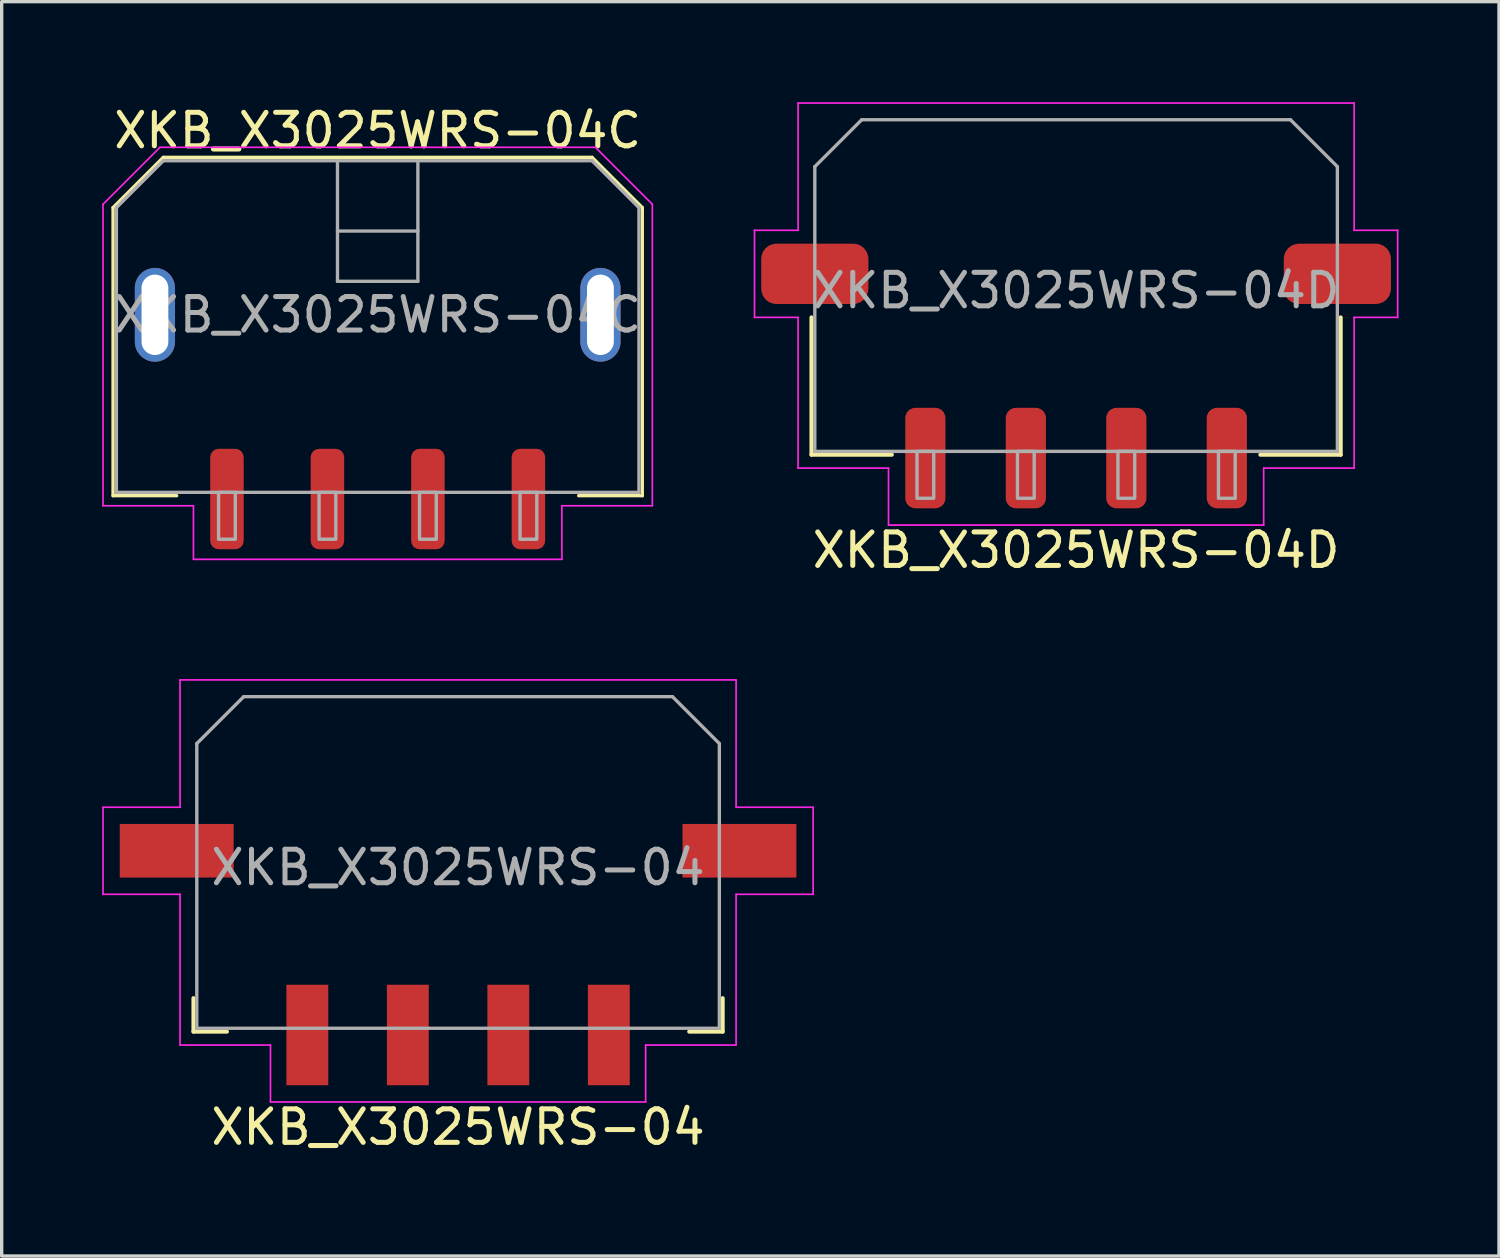
<source format=kicad_pcb>
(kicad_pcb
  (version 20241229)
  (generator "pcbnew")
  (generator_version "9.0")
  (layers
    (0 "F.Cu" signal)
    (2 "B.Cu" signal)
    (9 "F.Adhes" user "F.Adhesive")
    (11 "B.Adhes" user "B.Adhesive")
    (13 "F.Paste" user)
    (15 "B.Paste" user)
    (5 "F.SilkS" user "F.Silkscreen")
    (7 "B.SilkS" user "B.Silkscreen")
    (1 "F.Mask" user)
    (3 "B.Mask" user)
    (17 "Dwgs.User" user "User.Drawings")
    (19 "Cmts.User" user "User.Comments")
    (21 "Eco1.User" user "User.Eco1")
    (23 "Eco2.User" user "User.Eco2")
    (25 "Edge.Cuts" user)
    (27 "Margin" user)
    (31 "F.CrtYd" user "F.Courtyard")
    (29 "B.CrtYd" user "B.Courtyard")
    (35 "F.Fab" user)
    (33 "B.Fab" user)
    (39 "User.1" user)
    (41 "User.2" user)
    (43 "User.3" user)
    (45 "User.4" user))
  (footprint "XKB_X3025WRS-04C"
    (layer "F.Cu")
    (at 8.225 6.348)
    (property "Reference" "XKB_X3025WRS-04C" (at 0 -5.5 180) (layer "F.SilkS") (effects (font (size 1 1) (thickness 0.15))))
    (attr smd)
    (fp_line (start -7.9 -3.2) (end -6.4 -4.7) (stroke (width 0.1) (type default)) (layer "F.SilkS"))
    (fp_line (start -7.9 5.4) (end -7.9 -3.2) (stroke (width 0.1) (type default)) (layer "F.SilkS"))
    (fp_line (start -7.9 5.4) (end -6 5.4) (stroke (width 0.1) (type default)) (layer "F.SilkS"))
    (fp_line (start -6.4 -4.7) (end 6.4 -4.7) (stroke (width 0.1) (type default)) (layer "F.SilkS"))
    (fp_line (start 6.4 -4.7) (end 7.9 -3.2) (stroke (width 0.1) (type default)) (layer "F.SilkS"))
    (fp_line (start 7.9 -3.2) (end 7.9 5.4) (stroke (width 0.1) (type default)) (layer "F.SilkS"))
    (fp_line (start 7.9 5.4) (end 6 5.4) (stroke (width 0.1) (type default)) (layer "F.SilkS"))
    (fp_line (start -8.2 -3.3) (end -6.5 -5) (stroke (width 0.05) (type default)) (layer "F.CrtYd"))
    (fp_line (start -8.2 5.7) (end -8.2 -3.3) (stroke (width 0.05) (type default)) (layer "F.CrtYd"))
    (fp_line (start -6.5 -5) (end 6.5 -5) (stroke (width 0.05) (type default)) (layer "F.CrtYd"))
    (fp_line (start -5.5 5.7) (end -8.2 5.7) (stroke (width 0.05) (type default)) (layer "F.CrtYd"))
    (fp_line (start -5.5 7.3) (end -5.5 5.7) (stroke (width 0.05) (type default)) (layer "F.CrtYd"))
    (fp_line (start 5.5 5.7) (end 5.5 7.3) (stroke (width 0.05) (type default)) (layer "F.CrtYd"))
    (fp_line (start 5.5 7.3) (end -5.5 7.3) (stroke (width 0.05) (type default)) (layer "F.CrtYd"))
    (fp_line (start 6.5 -5) (end 8.2 -3.3) (stroke (width 0.05) (type default)) (layer "F.CrtYd"))
    (fp_line (start 8.2 -3.3) (end 8.2 5.7) (stroke (width 0.05) (type default)) (layer "F.CrtYd"))
    (fp_line (start 8.2 5.7) (end 5.5 5.7) (stroke (width 0.05) (type default)) (layer "F.CrtYd"))
    (fp_line (start -7.8 -3.2) (end -7.8 5.3) (stroke (width 0.1) (type default)) (layer "F.Fab"))
    (fp_line (start -6.4 -4.6) (end -7.8 -3.2) (stroke (width 0.1) (type default)) (layer "F.Fab"))
    (fp_line (start -1.2 -4.6) (end -1.2 -1) (stroke (width 0.1) (type default)) (layer "F.Fab"))
    (fp_line (start -1.2 -1) (end 1.2 -1) (stroke (width 0.1) (type default)) (layer "F.Fab"))
    (fp_line (start 1.2 -2.5) (end -1.2 -2.5) (stroke (width 0.1) (type default)) (layer "F.Fab"))
    (fp_line (start 1.2 -1) (end 1.2 -4.6) (stroke (width 0.1) (type default)) (layer "F.Fab"))
    (fp_line (start 6.4 -4.6) (end -6.4 -4.6) (stroke (width 0.1) (type default)) (layer "F.Fab"))
    (fp_line (start 6.4 -4.6) (end 7.8 -3.2) (stroke (width 0.1) (type default)) (layer "F.Fab"))
    (fp_line (start 7.8 -3.2) (end 7.8 5.3) (stroke (width 0.1) (type default)) (layer "F.Fab"))
    (fp_line (start 7.8 5.3) (end -7.8 5.3) (stroke (width 0.1) (type default)) (layer "F.Fab"))
    (fp_rect (start -4.25 6.7) (end -4.75 5.3) (stroke (width 0.1) (type default)) (fill no) (layer "F.Fab"))
    (fp_rect (start -1.25 6.7) (end -1.75 5.3) (stroke (width 0.1) (type default)) (fill no) (layer "F.Fab"))
    (fp_rect (start 1.75 6.7) (end 1.25 5.3) (stroke (width 0.1) (type default)) (fill no) (layer "F.Fab"))
    (fp_rect (start 4.75 6.7) (end 4.25 5.3) (stroke (width 0.1) (type default)) (fill no) (layer "F.Fab"))
    (fp_text user "${REFERENCE}" (at 0 0 180) (layer "F.Fab") (effects (font (size 1 1) (thickness 0.15))))
    (pad "1" smd roundrect (at -4.5 5.5 180) (size 1 3) (layers "F.Cu" "F.Mask" "F.Paste") (roundrect_rratio 0.25))
    (pad "2" smd roundrect (at -1.5 5.5 180) (size 1 3) (layers "F.Cu" "F.Mask" "F.Paste") (roundrect_rratio 0.25))
    (pad "3" smd roundrect (at 1.5 5.5 180) (size 1 3) (layers "F.Cu" "F.Mask" "F.Paste") (roundrect_rratio 0.25))
    (pad "4" smd roundrect (at 4.5 5.5 180) (size 1 3) (layers "F.Cu" "F.Mask" "F.Paste") (roundrect_rratio 0.25))
    (pad "5" thru_hole oval (at 6.65 0 180) (size 1.2 2.8) (drill oval 0.8 2.4) (layers "*.Cu" "*.Mask" "F.Paste"))
    (pad "6" thru_hole oval (at -6.65 0 180) (size 1.2 2.8) (drill oval 0.8 2.4) (layers "*.Cu" "*.Mask" "F.Paste")))
  (footprint "XKB_X3025WRS-04D"
    (layer "F.Cu")
    (at 29.075 5.125)
    (property "Reference" "XKB_X3025WRS-04D" (at 0 8.25 0) (layer "F.SilkS") (effects (font (size 1 1) (thickness 0.15))))
    (attr smd)
    (fp_line (start -7.9 5.4) (end -7.9 1.3) (stroke (width 0.12) (type solid)) (layer "F.SilkS"))
    (fp_line (start -7.9 5.4) (end -5.5 5.4) (stroke (width 0.12) (type solid)) (layer "F.SilkS"))
    (fp_line (start 7.9 5.4) (end 5.5 5.4) (stroke (width 0.12) (type solid)) (layer "F.SilkS"))
    (fp_line (start 7.9 5.4) (end 7.9 1.3) (stroke (width 0.12) (type solid)) (layer "F.SilkS"))
    (fp_line (start -9.6 -1.3) (end -9.6 1.3) (stroke (width 0.05) (type solid)) (layer "F.CrtYd"))
    (fp_line (start -9.6 -1.3) (end -8.3 -1.3) (stroke (width 0.05) (type solid)) (layer "F.CrtYd"))
    (fp_line (start -9.6 1.3) (end -8.3 1.3) (stroke (width 0.05) (type solid)) (layer "F.CrtYd"))
    (fp_line (start -8.3 -1.3) (end -8.3 -5.1) (stroke (width 0.05) (type solid)) (layer "F.CrtYd"))
    (fp_line (start -8.3 1.3) (end -8.3 5.8) (stroke (width 0.05) (type solid)) (layer "F.CrtYd"))
    (fp_line (start -5.6 5.8) (end -8.3 5.8) (stroke (width 0.05) (type solid)) (layer "F.CrtYd"))
    (fp_line (start -5.6 5.8) (end -5.6 7.5) (stroke (width 0.05) (type solid)) (layer "F.CrtYd"))
    (fp_line (start 5.6 5.8) (end 5.6 7.5) (stroke (width 0.05) (type solid)) (layer "F.CrtYd"))
    (fp_line (start 5.6 7.5) (end -5.6 7.5) (stroke (width 0.05) (type solid)) (layer "F.CrtYd"))
    (fp_line (start 8.3 -5.1) (end -8.3 -5.1) (stroke (width 0.05) (type solid)) (layer "F.CrtYd"))
    (fp_line (start 8.3 -1.3) (end 8.3 -5.1) (stroke (width 0.05) (type solid)) (layer "F.CrtYd"))
    (fp_line (start 8.3 1.3) (end 8.3 5.8) (stroke (width 0.05) (type solid)) (layer "F.CrtYd"))
    (fp_line (start 8.3 5.8) (end 5.6 5.8) (stroke (width 0.05) (type solid)) (layer "F.CrtYd"))
    (fp_line (start 9.6 -1.3) (end 8.3 -1.3) (stroke (width 0.05) (type solid)) (layer "F.CrtYd"))
    (fp_line (start 9.6 1.3) (end 8.3 1.3) (stroke (width 0.05) (type solid)) (layer "F.CrtYd"))
    (fp_line (start 9.6 1.3) (end 9.6 -1.3) (stroke (width 0.05) (type solid)) (layer "F.CrtYd"))
    (fp_line (start -7.8 -3.2) (end -7.8 5.3) (stroke (width 0.1) (type solid)) (layer "F.Fab"))
    (fp_line (start -7.8 5.3) (end 7.8 5.3) (stroke (width 0.1) (type solid)) (layer "F.Fab"))
    (fp_line (start -6.4 -4.6) (end -7.8 -3.2) (stroke (width 0.1) (type solid)) (layer "F.Fab"))
    (fp_line (start 6.4 -4.6) (end -6.4 -4.6) (stroke (width 0.1) (type solid)) (layer "F.Fab"))
    (fp_line (start 6.4 -4.6) (end 7.8 -3.2) (stroke (width 0.1) (type solid)) (layer "F.Fab"))
    (fp_line (start 7.8 -3.2) (end 7.8 5.3) (stroke (width 0.1) (type solid)) (layer "F.Fab"))
    (fp_rect (start -4.75 5.3) (end -4.25 6.7) (stroke (width 0.1) (type default)) (fill no) (layer "F.Fab"))
    (fp_rect (start -1.75 5.3) (end -1.25 6.7) (stroke (width 0.1) (type default)) (fill no) (layer "F.Fab"))
    (fp_rect (start 1.25 5.3) (end 1.75 6.7) (stroke (width 0.1) (type default)) (fill no) (layer "F.Fab"))
    (fp_rect (start 4.25 5.3) (end 4.75 6.7) (stroke (width 0.1) (type default)) (fill no) (layer "F.Fab"))
    (fp_text user "${REFERENCE}" (at 0 0.5 0) (layer "F.Fab") (effects (font (size 1 1) (thickness 0.15))))
    (pad "1" smd roundrect (at -4.5 5.5) (size 1.2 3) (layers "F.Cu" "F.Mask" "F.Paste") (roundrect_rratio 0.25))
    (pad "2" smd roundrect (at -1.5 5.5) (size 1.2 3) (layers "F.Cu" "F.Mask" "F.Paste") (roundrect_rratio 0.25))
    (pad "3" smd roundrect (at 1.5 5.5) (size 1.2 3) (layers "F.Cu" "F.Mask" "F.Paste") (roundrect_rratio 0.25))
    (pad "4" smd roundrect (at 4.5 5.5) (size 1.2 3) (layers "F.Cu" "F.Mask" "F.Paste") (roundrect_rratio 0.25))
    (pad "MP" smd roundrect (at -7.8 0) (size 3.2 1.8) (layers "F.Cu" "F.Mask" "F.Paste") (roundrect_rratio 0.25))
    (pad "MP" smd roundrect (at 7.8 0) (size 3.2 1.8) (layers "F.Cu" "F.Mask" "F.Paste") (roundrect_rratio 0.25)))
  (footprint "XKB_X3025WRS-04"
    (layer "F.Cu")
    (at 10.625 22.348)
    (property "Reference" "XKB_X3025WRS-04" (at 0 8.25 0) (layer "F.SilkS") (effects (font (size 1 1) (thickness 0.15))))
    (attr smd)
    (fp_line (start -7.9 5.4) (end -7.9 4.4) (stroke (width 0.12) (type solid)) (layer "F.SilkS"))
    (fp_line (start -7.9 5.4) (end -6.9 5.4) (stroke (width 0.12) (type solid)) (layer "F.SilkS"))
    (fp_line (start 7.9 5.4) (end 6.9 5.4) (stroke (width 0.12) (type solid)) (layer "F.SilkS"))
    (fp_line (start 7.9 5.4) (end 7.9 4.4) (stroke (width 0.12) (type solid)) (layer "F.SilkS"))
    (fp_line (start -10.6 -1.3) (end -10.6 1.3) (stroke (width 0.05) (type solid)) (layer "F.CrtYd"))
    (fp_line (start -10.6 -1.3) (end -8.3 -1.3) (stroke (width 0.05) (type solid)) (layer "F.CrtYd"))
    (fp_line (start -10.6 1.3) (end -8.3 1.3) (stroke (width 0.05) (type solid)) (layer "F.CrtYd"))
    (fp_line (start -8.3 -1.3) (end -8.3 -5.1) (stroke (width 0.05) (type solid)) (layer "F.CrtYd"))
    (fp_line (start -8.3 1.3) (end -8.3 5.8) (stroke (width 0.05) (type solid)) (layer "F.CrtYd"))
    (fp_line (start -5.6 5.8) (end -8.3 5.8) (stroke (width 0.05) (type solid)) (layer "F.CrtYd"))
    (fp_line (start -5.6 5.8) (end -5.6 7.5) (stroke (width 0.05) (type solid)) (layer "F.CrtYd"))
    (fp_line (start 5.6 5.8) (end 5.6 7.5) (stroke (width 0.05) (type solid)) (layer "F.CrtYd"))
    (fp_line (start 5.6 7.5) (end -5.6 7.5) (stroke (width 0.05) (type solid)) (layer "F.CrtYd"))
    (fp_line (start 8.3 -5.1) (end -8.3 -5.1) (stroke (width 0.05) (type solid)) (layer "F.CrtYd"))
    (fp_line (start 8.3 -1.3) (end 8.3 -5.1) (stroke (width 0.05) (type solid)) (layer "F.CrtYd"))
    (fp_line (start 8.3 1.3) (end 8.3 5.8) (stroke (width 0.05) (type solid)) (layer "F.CrtYd"))
    (fp_line (start 8.3 5.8) (end 5.6 5.8) (stroke (width 0.05) (type solid)) (layer "F.CrtYd"))
    (fp_line (start 10.6 -1.3) (end 8.3 -1.3) (stroke (width 0.05) (type solid)) (layer "F.CrtYd"))
    (fp_line (start 10.6 1.3) (end 8.3 1.3) (stroke (width 0.05) (type solid)) (layer "F.CrtYd"))
    (fp_line (start 10.6 1.3) (end 10.6 -1.3) (stroke (width 0.05) (type solid)) (layer "F.CrtYd"))
    (fp_line (start -7.8 -3.2) (end -7.8 5.3) (stroke (width 0.1) (type solid)) (layer "F.Fab"))
    (fp_line (start -7.8 5.3) (end 7.8 5.3) (stroke (width 0.1) (type solid)) (layer "F.Fab"))
    (fp_line (start -6.4 -4.6) (end -7.8 -3.2) (stroke (width 0.1) (type solid)) (layer "F.Fab"))
    (fp_line (start 6.4 -4.6) (end -6.4 -4.6) (stroke (width 0.1) (type solid)) (layer "F.Fab"))
    (fp_line (start 6.4 -4.6) (end 7.8 -3.2) (stroke (width 0.1) (type solid)) (layer "F.Fab"))
    (fp_line (start 7.8 -3.2) (end 7.8 5.3) (stroke (width 0.1) (type solid)) (layer "F.Fab"))
    (fp_text user "${REFERENCE}" (at 0 0.5 0) (layer "F.Fab") (effects (font (size 1 1) (thickness 0.15))))
    (pad "1" smd rect (at -4.5 5.5) (size 1.25 3) (layers "F.Cu" "F.Mask" "F.Paste"))
    (pad "2" smd rect (at -1.5 5.5) (size 1.25 3) (layers "F.Cu" "F.Mask" "F.Paste"))
    (pad "3" smd rect (at 1.5 5.5) (size 1.25 3) (layers "F.Cu" "F.Mask" "F.Paste"))
    (pad "4" smd rect (at 4.5 5.5) (size 1.25 3) (layers "F.Cu" "F.Mask" "F.Paste"))
    (pad "MP" smd rect (at -8.4 0) (size 3.4 1.6) (layers "F.Cu" "F.Mask" "F.Paste"))
    (pad "MP" smd rect (at 8.4 0) (size 3.4 1.6) (layers "F.Cu" "F.Mask" "F.Paste")))
  (gr_rect
    (start -3 -3)
    (end 41.7 34.447)
    (stroke (width 0.1) (type default))
    (fill no)
    (layer "Edge.Cuts")))
</source>
